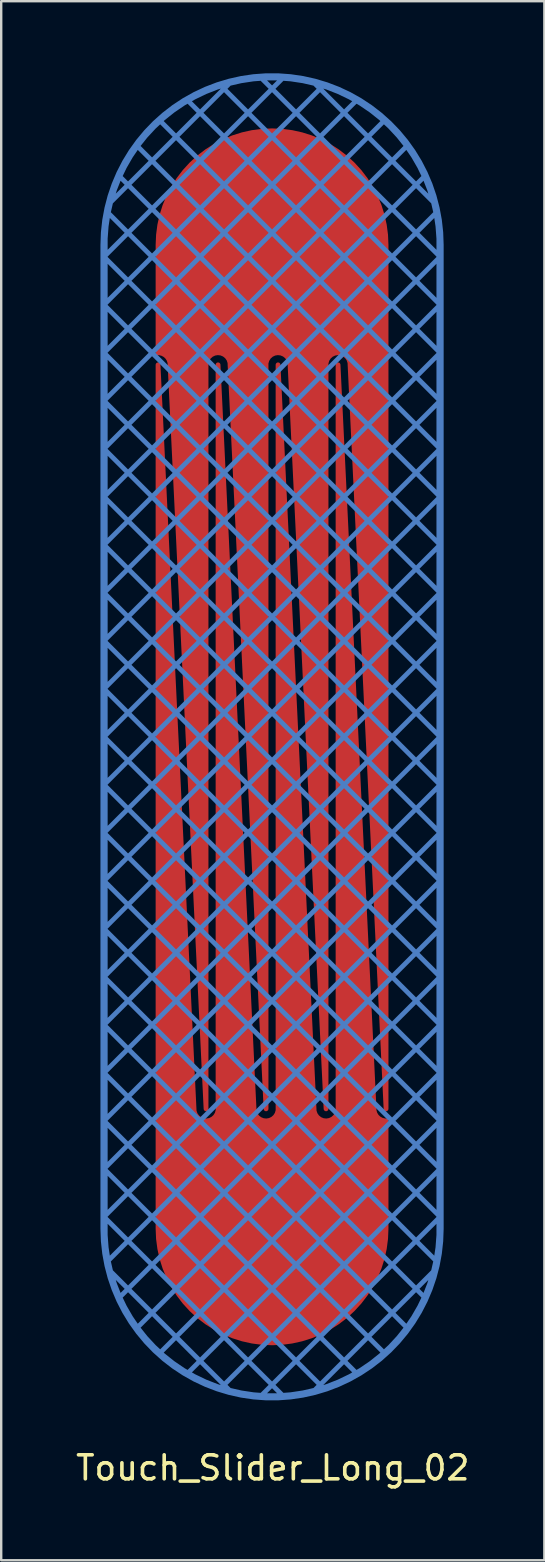
<source format=kicad_pcb>
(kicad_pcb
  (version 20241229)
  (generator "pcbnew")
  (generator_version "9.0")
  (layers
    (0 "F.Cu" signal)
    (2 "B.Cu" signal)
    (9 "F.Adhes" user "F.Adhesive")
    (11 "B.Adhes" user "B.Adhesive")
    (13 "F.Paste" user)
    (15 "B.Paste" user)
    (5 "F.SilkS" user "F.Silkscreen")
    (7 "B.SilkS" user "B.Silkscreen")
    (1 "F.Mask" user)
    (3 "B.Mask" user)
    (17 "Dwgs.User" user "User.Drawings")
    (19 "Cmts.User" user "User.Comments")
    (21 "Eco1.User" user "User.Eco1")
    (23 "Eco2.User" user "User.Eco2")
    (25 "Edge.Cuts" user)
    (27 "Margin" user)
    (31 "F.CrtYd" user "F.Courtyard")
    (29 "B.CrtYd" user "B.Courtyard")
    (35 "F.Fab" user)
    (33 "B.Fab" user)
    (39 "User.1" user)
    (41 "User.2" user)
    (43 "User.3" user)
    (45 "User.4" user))
  (footprint "Touch_Slider_Long_02"
    (layer "F.Cu")
    (at 8.285 48.15)
    (property "Reference" "Touch_Slider_Long_02" (at 0.03 9.96 180) (layer "F.SilkS") (effects (font (size 1 1) (thickness 0.15))))
    (attr smd)
    (pad "1" smd custom (at 0 0) (size 3 3) (layers "F.Cu") (options (anchor circle)) (primitives (gr_line (start -4.75 -36) (end -4.75 0) (width 0.2)) (gr_line (start -2.25 -36) (end -2.25 -5) (width 0.2)) (gr_arc (start 4.749999 -4.499998) (mid 4.405091 -4.638006) (end 4.250583 -4.975844) (width 0.2)) (gr_line (start 0.25 -36) (end 0.25 -5) (width 0.2)) (gr_line (start 4.251 -4.976) (end 2.75 -36) (width 0.2)) (gr_arc (start 2.750001 -4.999998) (mid 2.262081 -4.500144) (end 1.750583 -4.975844) (width 0.2)) (gr_line (start -0.749 -4.976) (end -2.25 -36) (width 0.2)) (gr_arc (start -2.249998 -5) (mid -2.737917 -4.500145) (end -3.249416 -4.975844) (width 0.2)) (gr_line (start -3.249 -4.976) (end -4.75 -36) (width 0.2)) (gr_line (start 2.75 -36) (end 2.75 -5) (width 0.2)) (gr_arc (start 4.75 0) (mid 0 4.75) (end -4.75 0) (width 0.2)) (gr_line (start 1.751 -4.976) (end 0.25 -36) (width 0.2)) (gr_arc (start 0.250002 -4.999998) (mid -0.237918 -4.500144) (end -0.749416 -4.975844) (width 0.2)) (gr_line (start 4.75 0) (end 4.75 -4.5) (width 0.2)) (gr_poly (pts (xy -0.74 -4.87) (xy -0.54 -4.57) (xy -0.24 -4.48) (xy 0.14 -4.63) (xy 0.25 -4.97) (xy 0.3 -34.36) (xy 1.74 -4.97) (xy 1.91 -4.6) (xy 2.26 -4.47) (xy 2.62 -4.59) (xy 2.75 -4.95) (xy 2.8 -34.15) (xy 4.28 -4.81) (xy 4.45 -4.58) (xy 4.75 -4.48) (xy 4.78 -0.01) (xy 4.62 1.17) (xy 4.16 2.33) (xy 3.44 3.29) (xy 2.5 4.05) (xy 1.23 4.6) (xy 0 4.76) (xy -1.06 4.64) (xy -2.09 4.28) (xy -3.03 3.68) (xy -3.82 2.82) (xy -4.27 2.07) (xy -4.61 1.14) (xy -4.75 -0.01) (xy -4.67 -32.91) (xy -3.25 -4.91) (xy -3.04 -4.56) (xy -2.74 -4.47) (xy -2.37 -4.61) (xy -2.25 -4.99) (xy -2.21 -34.94)) (width 0.1) (fill yes))))
    (pad "2" smd custom (at 0 -41) (size 3 3) (layers "F.Cu") (options (anchor circle)) (primitives (gr_line (start 3.249 4.976) (end 4.75 36) (width 0.2)) (gr_line (start 0.749 4.976) (end 2.25 36) (width 0.2)) (gr_arc (start -4.75 0.000001) (mid 0 -4.749999) (end 4.75 0.000001) (width 0.2)) (gr_line (start -1.751 4.976) (end -0.25 36) (width 0.2)) (gr_arc (start -0.250002 4.999999) (mid 0.237918 4.500145) (end 0.749416 4.975845) (width 0.2)) (gr_line (start 2.25 36) (end 2.25 5) (width 0.2)) (gr_line (start -4.75 0) (end -4.75 4.5) (width 0.2)) (gr_line (start -4.251 4.976) (end -2.75 36) (width 0.2)) (gr_line (start -2.75 36) (end -2.75 5) (width 0.2)) (gr_line (start 4.75 36) (end 4.75 0.000001) (width 0.2)) (gr_arc (start 2.249998 5.000001) (mid 2.737917 4.500146) (end 3.249416 4.975845) (width 0.2)) (gr_arc (start -2.750001 4.999999) (mid -2.262081 4.500145) (end -1.750583 4.975845) (width 0.2)) (gr_line (start -0.25 36) (end -0.25 5) (width 0.2)) (gr_arc (start -4.749999 4.499999) (mid -4.405091 4.638007) (end -4.250583 4.975845) (width 0.2)) (gr_poly (pts (xy 0.75 4.87) (xy 0.55 4.57) (xy 0.25 4.48) (xy -0.13 4.63) (xy -0.24 4.97) (xy -0.29 34.36) (xy -1.73 4.97) (xy -1.9 4.6) (xy -2.25 4.47) (xy -2.61 4.59) (xy -2.74 4.95) (xy -2.79 34.15) (xy -4.27 4.81) (xy -4.44 4.58) (xy -4.74 4.48) (xy -4.77 0.01) (xy -4.61 -1.17) (xy -4.15 -2.33) (xy -3.43 -3.29) (xy -2.49 -4.05) (xy -1.22 -4.6) (xy 0.01 -4.76) (xy 1.07 -4.64) (xy 2.1 -4.28) (xy 3.04 -3.68) (xy 3.83 -2.82) (xy 4.28 -2.07) (xy 4.62 -1.14) (xy 4.76 0.01) (xy 4.68 32.91) (xy 3.26 4.91) (xy 3.05 4.56) (xy 2.75 4.47) (xy 2.38 4.61) (xy 2.26 4.99) (xy 2.22 34.94)) (width 0.1) (fill yes))))
    (pad "3" smd custom (at 0 -48) (size 0.1 0.1) (layers "B.Cu") (options (anchor circle)) (primitives (gr_line (start 7 31.5) (end -7 17.5) (width 0.2)) (gr_line (start -7 15.5) (end 5.643 2.857) (width 0.2)) (gr_line (start -7 35.5) (end 7 21.5) (width 0.2)) (gr_line (start 7 7.5) (end -0.483 0.017) (width 0.2)) (gr_line (start 6.787 5.287) (end 1.713 0.213) (width 0.2)) (gr_line (start 4.693 53.193) (end -7 41.5) (width 0.2)) (gr_line (start -7 31.5) (end 7 17.5) (width 0.2)) (gr_line (start -7 17.5) (end 6.38 4.12) (width 0.2)) (gr_line (start 7 41.5) (end -7 27.5) (width 0.2)) (gr_line (start -7 23.5) (end 7 9.5) (width 0.2)) (gr_line (start -7 9.5) (end 2.159 0.341) (width 0.2)) (gr_line (start 7 37.5) (end -7 23.5) (width 0.2)) (gr_line (start 7 29.5) (end -7 15.5) (width 0.2)) (gr_line (start 7 39.5) (end -7 25.5) (width 0.2)) (gr_line (start -0.483 54.983) (end 7 47.5) (width 0.2)) (gr_line (start 7 47.5) (end -7 33.5) (width 0.2)) (gr_line (start 7 48) (end 7 7) (width 0.3)) (gr_line (start -1.713 54.787) (end -6.787 49.713) (width 0.2)) (gr_line (start 2.159 54.659) (end -7 45.5) (width 0.2)) (gr_line (start -7 27.5) (end 7 13.5) (width 0.2)) (gr_line (start 7 43.5) (end -7 29.5) (width 0.2)) (gr_line (start -7 25.5) (end 7 11.5) (width 0.2)) (gr_line (start 7 17.5) (end -6.38 4.12) (width 0.2)) (gr_line (start 7 35.5) (end -7 21.5) (width 0.2)) (gr_line (start -6.866 49.366) (end 7 35.5) (width 0.2)) (gr_line (start -7 33.5) (end 7 19.5) (width 0.2)) (gr_line (start -7 39.5) (end 7 25.5) (width 0.2)) (gr_line (start -7 43.5) (end 7 29.5) (width 0.2)) (gr_arc (start -7 7.000001) (mid 0 0.000001) (end 7 7.000001) (width 0.3)) (gr_line (start 7 21.5) (end -7 7.5) (width 0.2)) (gr_line (start 7 9.5) (end -2.159 0.341) (width 0.2)) (gr_line (start -7 21.5) (end 7 7.5) (width 0.2)) (gr_line (start -7 41.5) (end 7 27.5) (width 0.2)) (gr_line (start -5.643 52.143) (end 7 39.5) (width 0.2)) (gr_line (start -3.539 54.039) (end 7 43.5) (width 0.2)) (gr_line (start 7 11.5) (end -3.539 0.961) (width 0.2)) (gr_line (start -7 19.5) (end 6.866 5.634) (width 0.2)) (gr_line (start -7 13.5) (end 4.693 1.807) (width 0.2)) (gr_line (start -7 7) (end -7 48) (width 0.3)) (gr_line (start 6.866 49.366) (end -7 35.5) (width 0.2)) (gr_line (start -2.159 54.659) (end 7 45.5) (width 0.2)) (gr_line (start 7 13.5) (end -4.693 1.807) (width 0.2)) (gr_line (start -7 7.5) (end 0.483 0.017) (width 0.2)) (gr_line (start -7 11.5) (end 3.539 0.961) (width 0.2)) (gr_line (start -6.38 50.88) (end 7 37.5) (width 0.2)) (gr_line (start 7 27.5) (end -7 13.5) (width 0.2)) (gr_line (start 7 15.5) (end -5.643 2.857) (width 0.2)) (gr_line (start -7 37.5) (end 7 23.5) (width 0.2)) (gr_line (start 7 19.5) (end -6.866 5.634) (width 0.2)) (gr_line (start 0.483 54.983) (end -7 47.5) (width 0.2)) (gr_line (start 3.539 54.039) (end -7 43.5) (width 0.2)) (gr_line (start 7 23.5) (end -7 9.5) (width 0.2)) (gr_line (start 7 45.5) (end -7 31.5) (width 0.2)) (gr_line (start -7 45.5) (end 7 31.5) (width 0.2)) (gr_line (start 5.643 52.143) (end -7 39.5) (width 0.2)) (gr_line (start -4.693 53.193) (end 7 41.5) (width 0.2)) (gr_line (start 7 25.5) (end -7 11.5) (width 0.2)) (gr_line (start -6.787 5.287) (end -1.713 0.213) (width 0.2)) (gr_line (start 1.713 54.787) (end 6.787 49.713) (width 0.2)) (gr_line (start -7 47.5) (end 7 33.5) (width 0.2)) (gr_arc (start 7 48) (mid 0 55) (end -7 48) (width 0.3)) (gr_line (start 7 33.5) (end -7 19.5) (width 0.2)) (gr_line (start -7 29.5) (end 7 15.5) (width 0.2)) (gr_line (start 6.38 50.88) (end -7 37.5) (width 0.2)))))
  (gr_rect
    (start -3 -3)
    (end 19.631 61.958)
    (stroke (width 0.1) (type default))
    (fill no)
    (layer "Edge.Cuts")))
</source>
